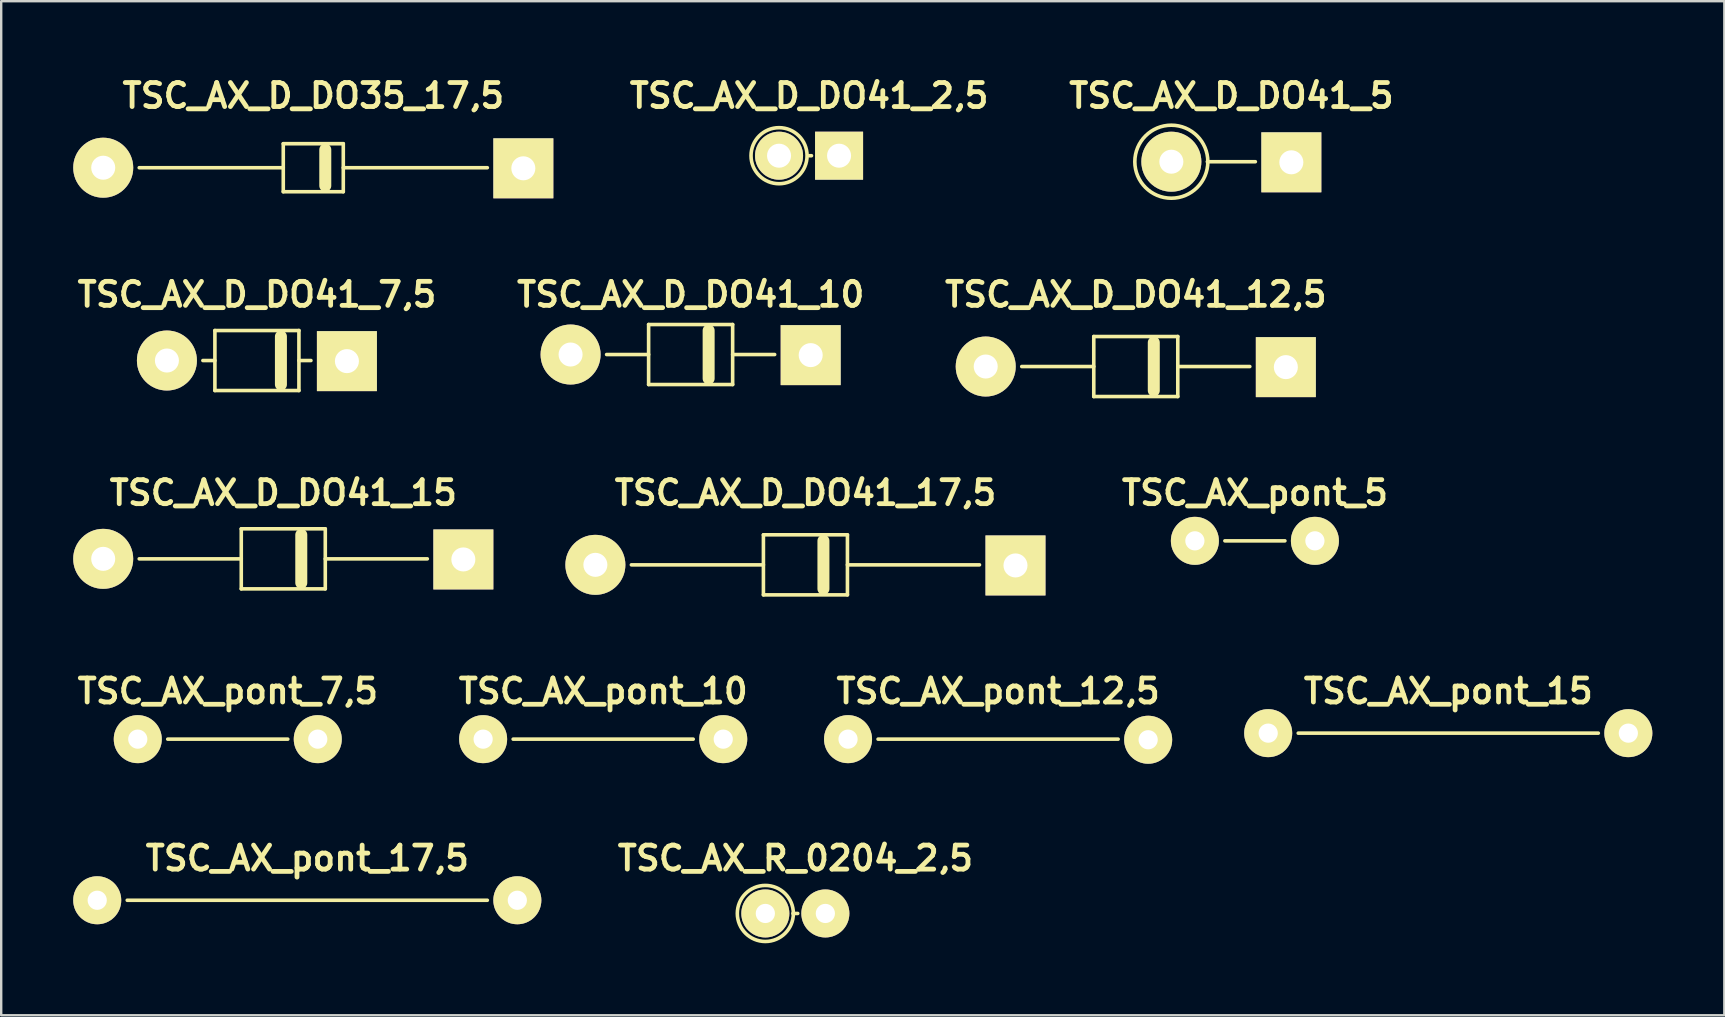
<source format=kicad_pcb>
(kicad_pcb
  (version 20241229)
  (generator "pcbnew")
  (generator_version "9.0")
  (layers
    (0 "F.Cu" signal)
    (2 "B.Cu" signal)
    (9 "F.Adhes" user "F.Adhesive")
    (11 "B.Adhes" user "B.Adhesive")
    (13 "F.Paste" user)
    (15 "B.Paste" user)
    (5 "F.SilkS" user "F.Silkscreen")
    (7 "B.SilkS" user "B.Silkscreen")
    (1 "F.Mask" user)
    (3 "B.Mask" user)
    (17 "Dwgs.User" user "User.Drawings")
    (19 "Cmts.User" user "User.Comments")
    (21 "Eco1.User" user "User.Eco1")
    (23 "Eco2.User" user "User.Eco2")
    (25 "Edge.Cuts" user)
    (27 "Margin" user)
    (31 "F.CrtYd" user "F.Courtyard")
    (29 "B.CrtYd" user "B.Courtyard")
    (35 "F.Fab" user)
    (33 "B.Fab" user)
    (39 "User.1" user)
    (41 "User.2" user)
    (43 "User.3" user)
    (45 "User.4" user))
  (footprint "TSC_AX_pont_5"
    (layer "F.Cu")
    (at 49.224 19.479)
    (property "Reference" "TSC_AX_pont_5" (at 0 -2 0) (layer "F.SilkS") (effects (font (size 1 1) (thickness 0.2))))
    (attr through_hole)
    (fp_line (start -1.25 0) (end 1.25 0) (stroke (width 0.15) (type solid)) (layer "F.SilkS"))
    (pad "1" thru_hole circle (at -2.5 0) (size 2 2) (drill 0.8) (layers "*.Cu" "*.Mask" "F.SilkS"))
    (pad "2" thru_hole circle (at 2.5 0) (size 2 2) (drill 0.8) (layers "*.Cu" "*.Mask" "F.SilkS")))
  (footprint "TSC_AX_D_DO35_17,5"
    (layer "F.Cu")
    (at 10 3.936)
    (property "Reference" "TSC_AX_D_DO35_17,5" (at 0 -3 0) (layer "F.SilkS") (effects (font (size 1 1) (thickness 0.2))))
    (attr through_hole)
    (fp_line (start -1.25 -1) (end 1.25 -1) (stroke (width 0.15) (type solid)) (layer "F.SilkS"))
    (fp_line (start -1.25 0) (end -7.25 0) (stroke (width 0.15) (type solid)) (layer "F.SilkS"))
    (fp_line (start -1.25 1) (end -1.25 -1) (stroke (width 0.15) (type solid)) (layer "F.SilkS"))
    (fp_line (start 0.5 -0.75) (end 0.5 0.75) (stroke (width 0.5) (type solid)) (layer "F.SilkS"))
    (fp_line (start 1.25 -1) (end 1.25 1) (stroke (width 0.15) (type solid)) (layer "F.SilkS"))
    (fp_line (start 1.25 0) (end 7.25 0) (stroke (width 0.15) (type solid)) (layer "F.SilkS"))
    (fp_line (start 1.25 1) (end -1.25 1) (stroke (width 0.15) (type solid)) (layer "F.SilkS"))
    (pad "1" thru_hole circle (at -8.75 0) (size 2.499 2.499) (drill 1.001) (layers "*.Cu" "*.Mask" "F.SilkS"))
    (pad "2" thru_hole rect (at 8.75 0.025) (size 2.499 2.499) (drill 1.001) (layers "*.Cu" "*.Mask" "F.SilkS")))
  (footprint "TSC_AX_D_DO41_12,5"
    (layer "F.Cu")
    (at 44.262 12.218)
    (property "Reference" "TSC_AX_D_DO41_12,5" (at 0 -3 0) (layer "F.SilkS") (effects (font (size 1 1) (thickness 0.2))))
    (attr through_hole)
    (fp_line (start -1.75 -1.25) (end 1.75 -1.25) (stroke (width 0.15) (type solid)) (layer "F.SilkS"))
    (fp_line (start -1.75 0) (end -4.75 0) (stroke (width 0.15) (type solid)) (layer "F.SilkS"))
    (fp_line (start -1.75 1.25) (end -1.75 -1.25) (stroke (width 0.15) (type solid)) (layer "F.SilkS"))
    (fp_line (start 0.75 -1) (end 0.75 1) (stroke (width 0.5) (type solid)) (layer "F.SilkS"))
    (fp_line (start 1.75 -1.25) (end 1.75 1.25) (stroke (width 0.15) (type solid)) (layer "F.SilkS"))
    (fp_line (start 1.75 0) (end 4.75 0) (stroke (width 0.15) (type solid)) (layer "F.SilkS"))
    (fp_line (start 1.75 1.25) (end -1.75 1.25) (stroke (width 0.15) (type solid)) (layer "F.SilkS"))
    (pad "1" thru_hole circle (at -6.251 0) (size 2.499 2.499) (drill 1.001) (layers "*.Cu" "*.Mask" "F.SilkS"))
    (pad "2" thru_hole rect (at 6.251 0.025) (size 2.499 2.499) (drill 1.001) (layers "*.Cu" "*.Mask" "F.SilkS")))
  (footprint "TSC_AX_D_DO41_17,5"
    (layer "F.Cu")
    (at 30.501 20.479)
    (property "Reference" "TSC_AX_D_DO41_17,5" (at 0 -3 0) (layer "F.SilkS") (effects (font (size 1 1) (thickness 0.2))))
    (attr through_hole)
    (fp_line (start -1.75 -1.25) (end 1.75 -1.25) (stroke (width 0.15) (type solid)) (layer "F.SilkS"))
    (fp_line (start -1.75 0) (end -7.25 0) (stroke (width 0.15) (type solid)) (layer "F.SilkS"))
    (fp_line (start -1.75 1.25) (end -1.75 -1.25) (stroke (width 0.15) (type solid)) (layer "F.SilkS"))
    (fp_line (start 0.75 -1) (end 0.75 1) (stroke (width 0.5) (type solid)) (layer "F.SilkS"))
    (fp_line (start 1.75 -1.25) (end 1.75 1.25) (stroke (width 0.15) (type solid)) (layer "F.SilkS"))
    (fp_line (start 1.75 0) (end 7.25 0) (stroke (width 0.15) (type solid)) (layer "F.SilkS"))
    (fp_line (start 1.75 1.25) (end -1.75 1.25) (stroke (width 0.15) (type solid)) (layer "F.SilkS"))
    (pad "1" thru_hole circle (at -8.75 0) (size 2.499 2.499) (drill 1.001) (layers "*.Cu" "*.Mask" "F.SilkS"))
    (pad "2" thru_hole rect (at 8.75 0.025) (size 2.499 2.499) (drill 1.001) (layers "*.Cu" "*.Mask" "F.SilkS")))
  (footprint "TSC_AX_D_DO41_15"
    (layer "F.Cu")
    (at 8.75 20.229)
    (property "Reference" "TSC_AX_D_DO41_15" (at 0 -2.75 0) (layer "F.SilkS") (effects (font (size 1 1) (thickness 0.2))))
    (attr through_hole)
    (fp_line (start -1.75 -1.25) (end 1.75 -1.25) (stroke (width 0.15) (type solid)) (layer "F.SilkS"))
    (fp_line (start -1.75 0) (end -6 0) (stroke (width 0.15) (type solid)) (layer "F.SilkS"))
    (fp_line (start -1.75 1.25) (end -1.75 -1.25) (stroke (width 0.15) (type solid)) (layer "F.SilkS"))
    (fp_line (start 0.75 -1) (end 0.75 1) (stroke (width 0.5) (type solid)) (layer "F.SilkS"))
    (fp_line (start 1.75 -1.25) (end 1.75 1.25) (stroke (width 0.15) (type solid)) (layer "F.SilkS"))
    (fp_line (start 1.75 0) (end 6 0) (stroke (width 0.15) (type solid)) (layer "F.SilkS"))
    (fp_line (start 1.75 1.25) (end -1.75 1.25) (stroke (width 0.15) (type solid)) (layer "F.SilkS"))
    (pad "1" thru_hole circle (at -7.501 0) (size 2.499 2.499) (drill 1.001) (layers "*.Cu" "*.Mask" "F.SilkS"))
    (pad "2" thru_hole rect (at 7.501 0.025) (size 2.499 2.499) (drill 1.001) (layers "*.Cu" "*.Mask" "F.SilkS")))
  (footprint "TSC_AX_D_DO41_5"
    (layer "F.Cu")
    (at 48.243 3.686)
    (property "Reference" "TSC_AX_D_DO41_5" (at 0 -2.75 0) (layer "F.SilkS") (effects (font (size 1 1) (thickness 0.2))))
    (attr through_hole)
    (fp_line (start 1 0) (end -1 0) (stroke (width 0.15) (type solid)) (layer "F.SilkS"))
    (fp_circle (center -2.5 0) (end -1 0.25) (stroke (width 0.15) (type solid)) (fill no) (layer "F.SilkS"))
    (fp_circle (center -2.499 0) (end -2.349 0.051) (stroke (width 0.064) (type solid)) (fill no) (layer "F.SilkS"))
    (pad "1" thru_hole circle (at -2.499 0) (size 2.499 2.499) (drill 1.001) (layers "*.Cu" "*.Mask" "F.SilkS"))
    (pad "2" thru_hole rect (at 2.499 0.025) (size 2.499 2.499) (drill 1.001) (layers "*.Cu" "*.Mask" "F.SilkS")))
  (footprint "TSC_AX_pont_12,5"
    (layer "F.Cu")
    (at 38.527 27.74)
    (property "Reference" "TSC_AX_pont_12,5" (at 0 -2 0) (layer "F.SilkS") (effects (font (size 1 1) (thickness 0.2))))
    (attr through_hole)
    (fp_line (start -5 0) (end 5 0) (stroke (width 0.15) (type solid)) (layer "F.SilkS"))
    (pad "1" thru_hole circle (at -6.251 0) (size 2 2) (drill 0.8) (layers "*.Cu" "*.Mask" "F.SilkS"))
    (pad "2" thru_hole circle (at 6.251 0.025) (size 2 2) (drill 0.8) (layers "*.Cu" "*.Mask" "F.SilkS")))
  (footprint "TSC_AX_D_DO41_10"
    (layer "F.Cu")
    (at 25.719 11.718)
    (property "Reference" "TSC_AX_D_DO41_10" (at 0 -2.5 0) (layer "F.SilkS") (effects (font (size 1 1) (thickness 0.2))))
    (attr through_hole)
    (fp_line (start -3.5 0) (end -1.75 0) (stroke (width 0.15) (type solid)) (layer "F.SilkS"))
    (fp_line (start -1.75 -1.25) (end 1.75 -1.25) (stroke (width 0.15) (type solid)) (layer "F.SilkS"))
    (fp_line (start -1.75 1.25) (end -1.75 -1.25) (stroke (width 0.15) (type solid)) (layer "F.SilkS"))
    (fp_line (start 0.75 -1) (end 0.75 1) (stroke (width 0.5) (type solid)) (layer "F.SilkS"))
    (fp_line (start 1.75 -1.25) (end 1.75 1.25) (stroke (width 0.15) (type solid)) (layer "F.SilkS"))
    (fp_line (start 1.75 0) (end 3.5 0) (stroke (width 0.15) (type solid)) (layer "F.SilkS"))
    (fp_line (start 1.75 1.25) (end -1.75 1.25) (stroke (width 0.15) (type solid)) (layer "F.SilkS"))
    (pad "1" thru_hole circle (at -5.001 0) (size 2.499 2.499) (drill 1.001) (layers "*.Cu" "*.Mask" "F.SilkS"))
    (pad "2" thru_hole rect (at 5.001 0.025) (size 2.499 2.499) (drill 1.001) (layers "*.Cu" "*.Mask" "F.SilkS")))
  (footprint "TSC_AX_R_0204_2,5"
    (layer "F.Cu")
    (at 30.081 35.001)
    (property "Reference" "TSC_AX_R_0204_2,5" (at 0 -2.3 0) (layer "F.SilkS") (effects (font (size 1 1) (thickness 0.2))))
    (attr through_hole)
    (fp_line (start -0.1 0) (end 0.1 0) (stroke (width 0.15) (type solid)) (layer "F.SilkS"))
    (fp_circle (center -1.25 0) (end -0.1 0.2) (stroke (width 0.15) (type solid)) (fill no) (layer "F.SilkS"))
    (fp_circle (center -1.25 0) (end -1.501 0) (stroke (width 0.254) (type solid)) (fill no) (layer "F.SilkS"))
    (pad "1" thru_hole circle (at -1.25 0) (size 2 2) (drill 0.8) (layers "*.Cu" "*.Mask" "F.SilkS"))
    (pad "2" thru_hole circle (at 1.25 0) (size 2 2) (drill 0.8) (layers "*.Cu" "*.Mask" "F.SilkS")))
  (footprint "TSC_AX_pont_10"
    (layer "F.Cu")
    (at 22.076 27.74)
    (property "Reference" "TSC_AX_pont_10" (at 0 -2 0) (layer "F.SilkS") (effects (font (size 1 1) (thickness 0.2))))
    (attr through_hole)
    (fp_line (start 3.75 0) (end -3.75 0) (stroke (width 0.15) (type solid)) (layer "F.SilkS"))
    (pad "1" thru_hole circle (at -5.001 0) (size 2 2) (drill 0.8) (layers "*.Cu" "*.Mask" "F.SilkS"))
    (pad "2" thru_hole circle (at 5.001 0) (size 2 2) (drill 0.8) (layers "*.Cu" "*.Mask" "F.SilkS")))
  (footprint "TSC_AX_pont_17,5"
    (layer "F.Cu")
    (at 9.75 34.451)
    (property "Reference" "TSC_AX_pont_17,5" (at 0 -1.75 0) (layer "F.SilkS") (effects (font (size 1 1) (thickness 0.2))))
    (attr through_hole)
    (fp_line (start -7.5 0) (end 7.5 0) (stroke (width 0.15) (type solid)) (layer "F.SilkS"))
    (pad "1" thru_hole circle (at -8.75 0) (size 2 2) (drill 0.8) (layers "*.Cu" "*.Mask" "F.SilkS"))
    (pad "2" thru_hole circle (at 8.75 0) (size 2 2) (drill 0.8) (layers "*.Cu" "*.Mask" "F.SilkS")))
  (footprint "TSC_AX_pont_7,5"
    (layer "F.Cu")
    (at 6.438 27.74)
    (property "Reference" "TSC_AX_pont_7,5" (at 0 -2 0) (layer "F.SilkS") (effects (font (size 1 1) (thickness 0.2))))
    (attr through_hole)
    (fp_line (start -2.5 0) (end 2.5 0) (stroke (width 0.15) (type solid)) (layer "F.SilkS"))
    (pad "1" thru_hole circle (at -3.749 0) (size 2 2) (drill 0.8) (layers "*.Cu" "*.Mask" "F.SilkS"))
    (pad "2" thru_hole circle (at 3.749 0) (size 2 2) (drill 0.8) (layers "*.Cu" "*.Mask" "F.SilkS")))
  (footprint "TSC_AX_pont_15"
    (layer "F.Cu")
    (at 57.279 27.49)
    (property "Reference" "TSC_AX_pont_15" (at 0 -1.75 0) (layer "F.SilkS") (effects (font (size 1 1) (thickness 0.2))))
    (attr through_hole)
    (fp_line (start -6.25 0) (end 6.25 0) (stroke (width 0.15) (type solid)) (layer "F.SilkS"))
    (pad "1" thru_hole circle (at -7.501 0) (size 2 2) (drill 0.8) (layers "*.Cu" "*.Mask" "F.SilkS"))
    (pad "2" thru_hole circle (at 7.501 0) (size 2 2) (drill 0.8) (layers "*.Cu" "*.Mask" "F.SilkS")))
  (footprint "TSC_AX_D_DO41_7,5"
    (layer "F.Cu")
    (at 7.652 11.968)
    (property "Reference" "TSC_AX_D_DO41_7,5" (at 0 -2.75 0) (layer "F.SilkS") (effects (font (size 1 1) (thickness 0.2))))
    (attr through_hole)
    (fp_line (start -1.75 -1.25) (end 1.75 -1.25) (stroke (width 0.15) (type solid)) (layer "F.SilkS"))
    (fp_line (start -1.75 0) (end -2.25 0) (stroke (width 0.15) (type solid)) (layer "F.SilkS"))
    (fp_line (start -1.75 1.25) (end -1.75 -1.25) (stroke (width 0.15) (type solid)) (layer "F.SilkS"))
    (fp_line (start 1 -1) (end 1 1) (stroke (width 0.5) (type solid)) (layer "F.SilkS"))
    (fp_line (start 1.75 -1.25) (end 1.75 1.25) (stroke (width 0.15) (type solid)) (layer "F.SilkS"))
    (fp_line (start 1.75 0) (end 2.25 0) (stroke (width 0.15) (type solid)) (layer "F.SilkS"))
    (fp_line (start 1.75 1.25) (end -1.75 1.25) (stroke (width 0.15) (type solid)) (layer "F.SilkS"))
    (pad "1" thru_hole circle (at -3.749 0) (size 2.499 2.499) (drill 1.001) (layers "*.Cu" "*.Mask" "F.SilkS"))
    (pad "2" thru_hole rect (at 3.749 0.025) (size 2.499 2.499) (drill 1.001) (layers "*.Cu" "*.Mask" "F.SilkS")))
  (footprint "TSC_AX_D_DO41_2,5"
    (layer "F.Cu")
    (at 30.652 3.436)
    (property "Reference" "TSC_AX_D_DO41_2,5" (at 0 -2.5 0) (layer "F.SilkS") (effects (font (size 1 1) (thickness 0.2))))
    (attr through_hole)
    (fp_line (start 0 0) (end 0.1 0) (stroke (width 0.15) (type solid)) (layer "F.SilkS"))
    (fp_circle (center -1.25 0) (end -1 0) (stroke (width 0.15) (type solid)) (fill no) (layer "F.SilkS"))
    (fp_circle (center -1.25 0) (end -0.1 0.2) (stroke (width 0.15) (type solid)) (fill no) (layer "F.SilkS"))
    (pad "1" thru_hole circle (at -1.25 0) (size 2 2) (drill 1.001) (layers "*.Cu" "*.Mask" "F.SilkS"))
    (pad "2" thru_hole rect (at 1.25 0) (size 2 2) (drill 1.001) (layers "*.Cu" "*.Mask" "F.SilkS")))
  (gr_rect
    (start -3 -3)
    (end 68.779 39.243)
    (stroke (width 0.1) (type default))
    (fill no)
    (layer "Edge.Cuts")))
</source>
